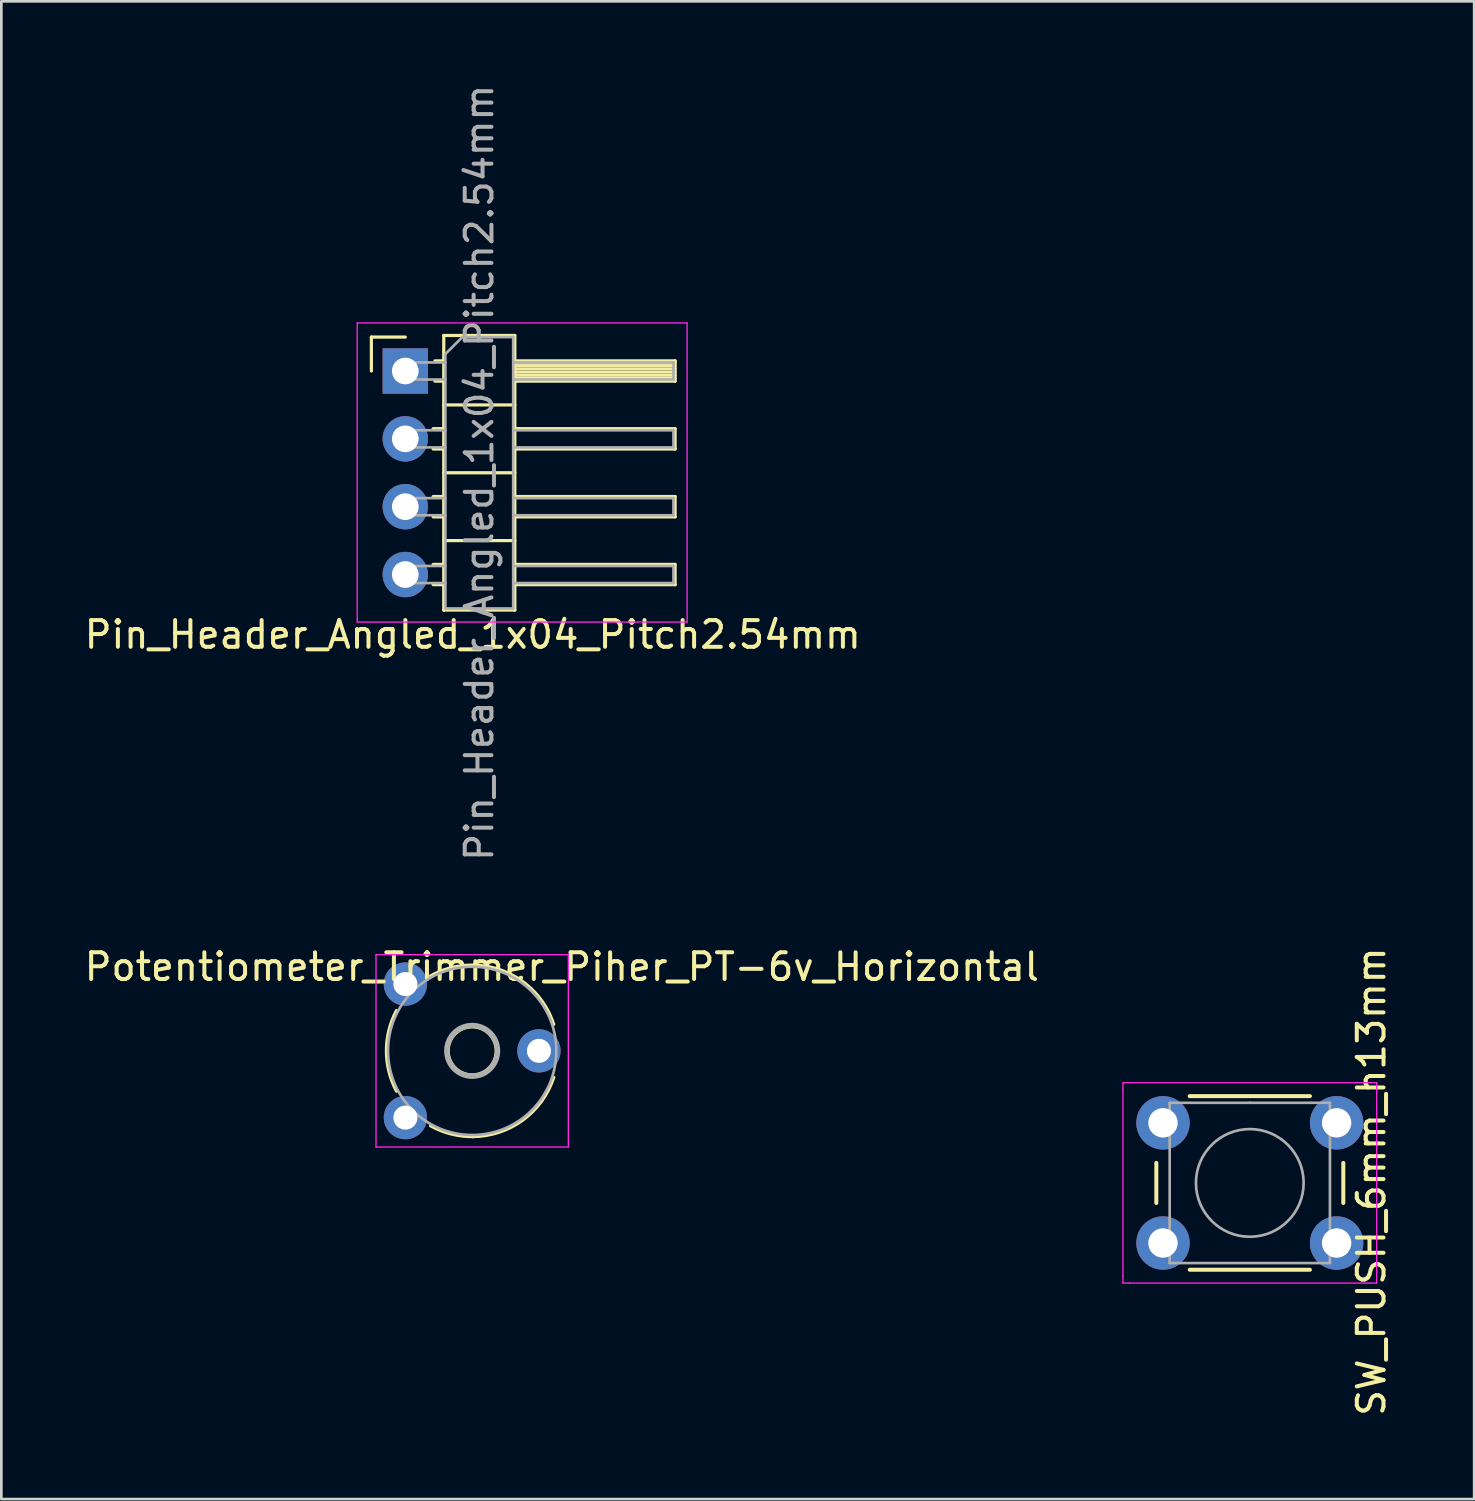
<source format=kicad_pcb>
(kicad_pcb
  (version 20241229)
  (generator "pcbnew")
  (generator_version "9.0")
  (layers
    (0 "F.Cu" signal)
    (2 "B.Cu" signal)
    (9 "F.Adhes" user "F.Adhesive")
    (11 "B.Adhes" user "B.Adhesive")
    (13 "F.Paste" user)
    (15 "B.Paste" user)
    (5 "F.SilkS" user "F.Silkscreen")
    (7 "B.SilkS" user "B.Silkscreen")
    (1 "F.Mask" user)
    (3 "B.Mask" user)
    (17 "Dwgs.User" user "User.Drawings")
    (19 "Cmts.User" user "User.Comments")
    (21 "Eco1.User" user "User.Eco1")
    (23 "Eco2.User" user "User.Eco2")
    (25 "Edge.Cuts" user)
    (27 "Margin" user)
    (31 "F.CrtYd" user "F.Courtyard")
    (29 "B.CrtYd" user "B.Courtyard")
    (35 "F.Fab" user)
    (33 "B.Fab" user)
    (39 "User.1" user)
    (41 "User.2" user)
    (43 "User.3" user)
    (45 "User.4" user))
  (footprint "Potentiometer_Trimmer_Piher_PT-6v_Horizontal"
    (layer "F.Cu")
    (at 12.127 38.791)
    (property "Reference" "Potentiometer_Trimmer_Piher_PT-6v_Horizontal" (at 5.855 -5.645 0) (layer "F.SilkS") (effects (font (size 1 1) (thickness 0.15))))
    (attr through_hole)
    (fp_arc (start -0.334672 -0.992382) (mid -0.710651 -2.49965) (end -0.335 -4.007) (stroke (width 0.12) (type solid)) (layer "F.SilkS"))
    (fp_arc (start 0.944668 -5.307816) (mid 3.677267 -5.486123) (end 5.553 -3.491) (stroke (width 0.12) (type solid)) (layer "F.SilkS"))
    (fp_arc (start 2.556464 0.709799) (mid 1.723783 0.615042) (end 0.944 0.308) (stroke (width 0.12) (type solid)) (layer "F.SilkS"))
    (fp_arc (start 5.552891 -1.508055) (mid 4.38679 0.096945) (end 2.5 0.71) (stroke (width 0.12) (type solid)) (layer "F.SilkS"))
    (fp_circle (center 2.5 -2.5) (end 3.4 -2.5) (stroke (width 0.12) (type solid)) (fill no) (layer "F.SilkS"))
    (fp_line (start -1.1 -6.1) (end -1.1 1.1) (stroke (width 0.05) (type solid)) (layer "F.CrtYd"))
    (fp_line (start -1.1 1.1) (end 6.1 1.1) (stroke (width 0.05) (type solid)) (layer "F.CrtYd"))
    (fp_line (start 6.1 -6.1) (end -1.1 -6.1) (stroke (width 0.05) (type solid)) (layer "F.CrtYd"))
    (fp_line (start 6.1 1.1) (end 6.1 -6.1) (stroke (width 0.05) (type solid)) (layer "F.CrtYd"))
    (fp_circle (center 2.5 -2.5) (end 3.4 -2.5) (stroke (width 0.1) (type solid)) (fill no) (layer "F.Fab"))
    (fp_circle (center 2.5 -2.5) (end 3.5 -2.5) (stroke (width 0.1) (type solid)) (fill no) (layer "F.Fab"))
    (fp_circle (center 2.5 -2.5) (end 5.65 -2.5) (stroke (width 0.1) (type solid)) (fill no) (layer "F.Fab"))
    (pad "1" thru_hole circle (at 0 0) (size 1.62 1.62) (drill 0.9) (layers "*.Cu" "*.Mask"))
    (pad "2" thru_hole circle (at 5 -2.5) (size 1.62 1.62) (drill 0.9) (layers "*.Cu" "*.Mask"))
    (pad "3" thru_hole circle (at 0 -5) (size 1.62 1.62) (drill 0.9) (layers "*.Cu" "*.Mask")))
  (footprint "Pin_Header_Angled_1x04_Pitch2.54mm"
    (layer "F.Cu")
    (at 12.123 10.839)
    (property "Reference" "Pin_Header_Angled_1x04_Pitch2.54mm" (at 2.526 9.87 0) (layer "F.SilkS") (effects (font (size 1 1) (thickness 0.15))))
    (attr through_hole)
    (fp_line (start -1.27 -1.27) (end 0 -1.27) (stroke (width 0.12) (type solid)) (layer "F.SilkS"))
    (fp_line (start -1.27 0) (end -1.27 -1.27) (stroke (width 0.12) (type solid)) (layer "F.SilkS"))
    (fp_line (start 1.043 2.16) (end 1.44 2.16) (stroke (width 0.12) (type solid)) (layer "F.SilkS"))
    (fp_line (start 1.043 2.92) (end 1.44 2.92) (stroke (width 0.12) (type solid)) (layer "F.SilkS"))
    (fp_line (start 1.043 4.7) (end 1.44 4.7) (stroke (width 0.12) (type solid)) (layer "F.SilkS"))
    (fp_line (start 1.043 5.46) (end 1.44 5.46) (stroke (width 0.12) (type solid)) (layer "F.SilkS"))
    (fp_line (start 1.043 7.24) (end 1.44 7.24) (stroke (width 0.12) (type solid)) (layer "F.SilkS"))
    (fp_line (start 1.043 8) (end 1.44 8) (stroke (width 0.12) (type solid)) (layer "F.SilkS"))
    (fp_line (start 1.11 -0.38) (end 1.44 -0.38) (stroke (width 0.12) (type solid)) (layer "F.SilkS"))
    (fp_line (start 1.11 0.38) (end 1.44 0.38) (stroke (width 0.12) (type solid)) (layer "F.SilkS"))
    (fp_line (start 1.44 -1.33) (end 1.44 8.95) (stroke (width 0.12) (type solid)) (layer "F.SilkS"))
    (fp_line (start 1.44 1.27) (end 4.1 1.27) (stroke (width 0.12) (type solid)) (layer "F.SilkS"))
    (fp_line (start 1.44 3.81) (end 4.1 3.81) (stroke (width 0.12) (type solid)) (layer "F.SilkS"))
    (fp_line (start 1.44 6.35) (end 4.1 6.35) (stroke (width 0.12) (type solid)) (layer "F.SilkS"))
    (fp_line (start 1.44 8.95) (end 4.1 8.95) (stroke (width 0.12) (type solid)) (layer "F.SilkS"))
    (fp_line (start 4.1 -1.33) (end 1.44 -1.33) (stroke (width 0.12) (type solid)) (layer "F.SilkS"))
    (fp_line (start 4.1 -0.38) (end 10.1 -0.38) (stroke (width 0.12) (type solid)) (layer "F.SilkS"))
    (fp_line (start 4.1 -0.32) (end 10.1 -0.32) (stroke (width 0.12) (type solid)) (layer "F.SilkS"))
    (fp_line (start 4.1 -0.2) (end 10.1 -0.2) (stroke (width 0.12) (type solid)) (layer "F.SilkS"))
    (fp_line (start 4.1 -0.08) (end 10.1 -0.08) (stroke (width 0.12) (type solid)) (layer "F.SilkS"))
    (fp_line (start 4.1 0.04) (end 10.1 0.04) (stroke (width 0.12) (type solid)) (layer "F.SilkS"))
    (fp_line (start 4.1 0.16) (end 10.1 0.16) (stroke (width 0.12) (type solid)) (layer "F.SilkS"))
    (fp_line (start 4.1 0.28) (end 10.1 0.28) (stroke (width 0.12) (type solid)) (layer "F.SilkS"))
    (fp_line (start 4.1 2.16) (end 10.1 2.16) (stroke (width 0.12) (type solid)) (layer "F.SilkS"))
    (fp_line (start 4.1 4.7) (end 10.1 4.7) (stroke (width 0.12) (type solid)) (layer "F.SilkS"))
    (fp_line (start 4.1 7.24) (end 10.1 7.24) (stroke (width 0.12) (type solid)) (layer "F.SilkS"))
    (fp_line (start 4.1 8.95) (end 4.1 -1.33) (stroke (width 0.12) (type solid)) (layer "F.SilkS"))
    (fp_line (start 10.1 -0.38) (end 10.1 0.38) (stroke (width 0.12) (type solid)) (layer "F.SilkS"))
    (fp_line (start 10.1 0.38) (end 4.1 0.38) (stroke (width 0.12) (type solid)) (layer "F.SilkS"))
    (fp_line (start 10.1 2.16) (end 10.1 2.92) (stroke (width 0.12) (type solid)) (layer "F.SilkS"))
    (fp_line (start 10.1 2.92) (end 4.1 2.92) (stroke (width 0.12) (type solid)) (layer "F.SilkS"))
    (fp_line (start 10.1 4.7) (end 10.1 5.46) (stroke (width 0.12) (type solid)) (layer "F.SilkS"))
    (fp_line (start 10.1 5.46) (end 4.1 5.46) (stroke (width 0.12) (type solid)) (layer "F.SilkS"))
    (fp_line (start 10.1 7.24) (end 10.1 8) (stroke (width 0.12) (type solid)) (layer "F.SilkS"))
    (fp_line (start 10.1 8) (end 4.1 8) (stroke (width 0.12) (type solid)) (layer "F.SilkS"))
    (fp_line (start -1.8 -1.8) (end -1.8 9.4) (stroke (width 0.05) (type solid)) (layer "F.CrtYd"))
    (fp_line (start -1.8 9.4) (end 10.55 9.4) (stroke (width 0.05) (type solid)) (layer "F.CrtYd"))
    (fp_line (start 10.55 -1.8) (end -1.8 -1.8) (stroke (width 0.05) (type solid)) (layer "F.CrtYd"))
    (fp_line (start 10.55 9.4) (end 10.55 -1.8) (stroke (width 0.05) (type solid)) (layer "F.CrtYd"))
    (fp_line (start -0.32 -0.32) (end -0.32 0.32) (stroke (width 0.1) (type solid)) (layer "F.Fab"))
    (fp_line (start -0.32 -0.32) (end 1.5 -0.32) (stroke (width 0.1) (type solid)) (layer "F.Fab"))
    (fp_line (start -0.32 0.32) (end 1.5 0.32) (stroke (width 0.1) (type solid)) (layer "F.Fab"))
    (fp_line (start -0.32 2.22) (end -0.32 2.86) (stroke (width 0.1) (type solid)) (layer "F.Fab"))
    (fp_line (start -0.32 2.22) (end 1.5 2.22) (stroke (width 0.1) (type solid)) (layer "F.Fab"))
    (fp_line (start -0.32 2.86) (end 1.5 2.86) (stroke (width 0.1) (type solid)) (layer "F.Fab"))
    (fp_line (start -0.32 4.76) (end -0.32 5.4) (stroke (width 0.1) (type solid)) (layer "F.Fab"))
    (fp_line (start -0.32 4.76) (end 1.5 4.76) (stroke (width 0.1) (type solid)) (layer "F.Fab"))
    (fp_line (start -0.32 5.4) (end 1.5 5.4) (stroke (width 0.1) (type solid)) (layer "F.Fab"))
    (fp_line (start -0.32 7.3) (end -0.32 7.94) (stroke (width 0.1) (type solid)) (layer "F.Fab"))
    (fp_line (start -0.32 7.3) (end 1.5 7.3) (stroke (width 0.1) (type solid)) (layer "F.Fab"))
    (fp_line (start -0.32 7.94) (end 1.5 7.94) (stroke (width 0.1) (type solid)) (layer "F.Fab"))
    (fp_line (start 1.5 -0.635) (end 2.135 -1.27) (stroke (width 0.1) (type solid)) (layer "F.Fab"))
    (fp_line (start 1.5 8.89) (end 1.5 -0.635) (stroke (width 0.1) (type solid)) (layer "F.Fab"))
    (fp_line (start 2.135 -1.27) (end 4.04 -1.27) (stroke (width 0.1) (type solid)) (layer "F.Fab"))
    (fp_line (start 4.04 -1.27) (end 4.04 8.89) (stroke (width 0.1) (type solid)) (layer "F.Fab"))
    (fp_line (start 4.04 -0.32) (end 10.04 -0.32) (stroke (width 0.1) (type solid)) (layer "F.Fab"))
    (fp_line (start 4.04 0.32) (end 10.04 0.32) (stroke (width 0.1) (type solid)) (layer "F.Fab"))
    (fp_line (start 4.04 2.22) (end 10.04 2.22) (stroke (width 0.1) (type solid)) (layer "F.Fab"))
    (fp_line (start 4.04 2.86) (end 10.04 2.86) (stroke (width 0.1) (type solid)) (layer "F.Fab"))
    (fp_line (start 4.04 4.76) (end 10.04 4.76) (stroke (width 0.1) (type solid)) (layer "F.Fab"))
    (fp_line (start 4.04 5.4) (end 10.04 5.4) (stroke (width 0.1) (type solid)) (layer "F.Fab"))
    (fp_line (start 4.04 7.3) (end 10.04 7.3) (stroke (width 0.1) (type solid)) (layer "F.Fab"))
    (fp_line (start 4.04 7.94) (end 10.04 7.94) (stroke (width 0.1) (type solid)) (layer "F.Fab"))
    (fp_line (start 4.04 8.89) (end 1.5 8.89) (stroke (width 0.1) (type solid)) (layer "F.Fab"))
    (fp_line (start 10.04 -0.32) (end 10.04 0.32) (stroke (width 0.1) (type solid)) (layer "F.Fab"))
    (fp_line (start 10.04 2.22) (end 10.04 2.86) (stroke (width 0.1) (type solid)) (layer "F.Fab"))
    (fp_line (start 10.04 4.76) (end 10.04 5.4) (stroke (width 0.1) (type solid)) (layer "F.Fab"))
    (fp_line (start 10.04 7.3) (end 10.04 7.94) (stroke (width 0.1) (type solid)) (layer "F.Fab"))
    (fp_text user "${REFERENCE}" (at 2.77 3.81 90) (layer "F.Fab") (effects (font (size 1 1) (thickness 0.15))))
    (pad "1" thru_hole rect (at 0 0) (size 1.7 1.7) (drill 1) (layers "*.Cu" "*.Mask"))
    (pad "2" thru_hole oval (at 0 2.54) (size 1.7 1.7) (drill 1) (layers "*.Cu" "*.Mask"))
    (pad "3" thru_hole oval (at 0 5.08) (size 1.7 1.7) (drill 1) (layers "*.Cu" "*.Mask"))
    (pad "4" thru_hole oval (at 0 7.62) (size 1.7 1.7) (drill 1) (layers "*.Cu" "*.Mask")))
  (footprint "SW_PUSH_6mm_h13mm"
    (layer "F.Cu")
    (at 40.489 38.985)
    (property "Reference" "SW_PUSH_6mm_h13mm" (at 7.8 2.2 90) (layer "F.SilkS") (effects (font (size 1 1) (thickness 0.15))))
    (attr through_hole)
    (fp_line (start -0.25 1.5) (end -0.25 3) (stroke (width 0.15) (type solid)) (layer "F.SilkS"))
    (fp_line (start 1 5.5) (end 5.5 5.5) (stroke (width 0.15) (type solid)) (layer "F.SilkS"))
    (fp_line (start 5.5 -1) (end 1 -1) (stroke (width 0.15) (type solid)) (layer "F.SilkS"))
    (fp_line (start 6.75 3) (end 6.75 1.5) (stroke (width 0.15) (type solid)) (layer "F.SilkS"))
    (fp_line (start -1.5 -1.5) (end -1.25 -1.5) (stroke (width 0.05) (type solid)) (layer "F.CrtYd"))
    (fp_line (start -1.5 -1.25) (end -1.5 -1.5) (stroke (width 0.05) (type solid)) (layer "F.CrtYd"))
    (fp_line (start -1.5 5.75) (end -1.5 -1.25) (stroke (width 0.05) (type solid)) (layer "F.CrtYd"))
    (fp_line (start -1.5 5.75) (end -1.5 6) (stroke (width 0.05) (type solid)) (layer "F.CrtYd"))
    (fp_line (start -1.5 6) (end -1.25 6) (stroke (width 0.05) (type solid)) (layer "F.CrtYd"))
    (fp_line (start -1.25 -1.5) (end 7.75 -1.5) (stroke (width 0.05) (type solid)) (layer "F.CrtYd"))
    (fp_line (start 7.75 -1.5) (end 8 -1.5) (stroke (width 0.05) (type solid)) (layer "F.CrtYd"))
    (fp_line (start 7.75 6) (end -1.25 6) (stroke (width 0.05) (type solid)) (layer "F.CrtYd"))
    (fp_line (start 7.75 6) (end 8 6) (stroke (width 0.05) (type solid)) (layer "F.CrtYd"))
    (fp_line (start 8 -1.5) (end 8 -1.25) (stroke (width 0.05) (type solid)) (layer "F.CrtYd"))
    (fp_line (start 8 -1.25) (end 8 5.75) (stroke (width 0.05) (type solid)) (layer "F.CrtYd"))
    (fp_line (start 8 6) (end 8 5.75) (stroke (width 0.05) (type solid)) (layer "F.CrtYd"))
    (fp_line (start 0.25 -0.75) (end 3.25 -0.75) (stroke (width 0.1) (type solid)) (layer "F.Fab"))
    (fp_line (start 0.25 5.25) (end 0.25 -0.75) (stroke (width 0.1) (type solid)) (layer "F.Fab"))
    (fp_line (start 3.25 -0.75) (end 6.25 -0.75) (stroke (width 0.1) (type solid)) (layer "F.Fab"))
    (fp_line (start 6.25 -0.75) (end 6.25 5.25) (stroke (width 0.1) (type solid)) (layer "F.Fab"))
    (fp_line (start 6.25 5.25) (end 0.25 5.25) (stroke (width 0.1) (type solid)) (layer "F.Fab"))
    (fp_circle (center 3.25 2.25) (end 1.25 2.5) (stroke (width 0.1) (type solid)) (fill no) (layer "F.Fab"))
    (pad "1" thru_hole circle (at 0 0 90) (size 2 2) (drill 1.1) (layers "*.Cu" "*.Mask"))
    (pad "1" thru_hole circle (at 6.5 0 90) (size 2 2) (drill 1.1) (layers "*.Cu" "*.Mask"))
    (pad "2" thru_hole circle (at 0 4.5 90) (size 2 2) (drill 1.1) (layers "*.Cu" "*.Mask"))
    (pad "2" thru_hole circle (at 6.5 4.5 90) (size 2 2) (drill 1.1) (layers "*.Cu" "*.Mask")))
  (gr_rect
    (start -3 -3)
    (end 52.138 53.071)
    (stroke (width 0.1) (type default))
    (fill no)
    (layer "Edge.Cuts")))
</source>
